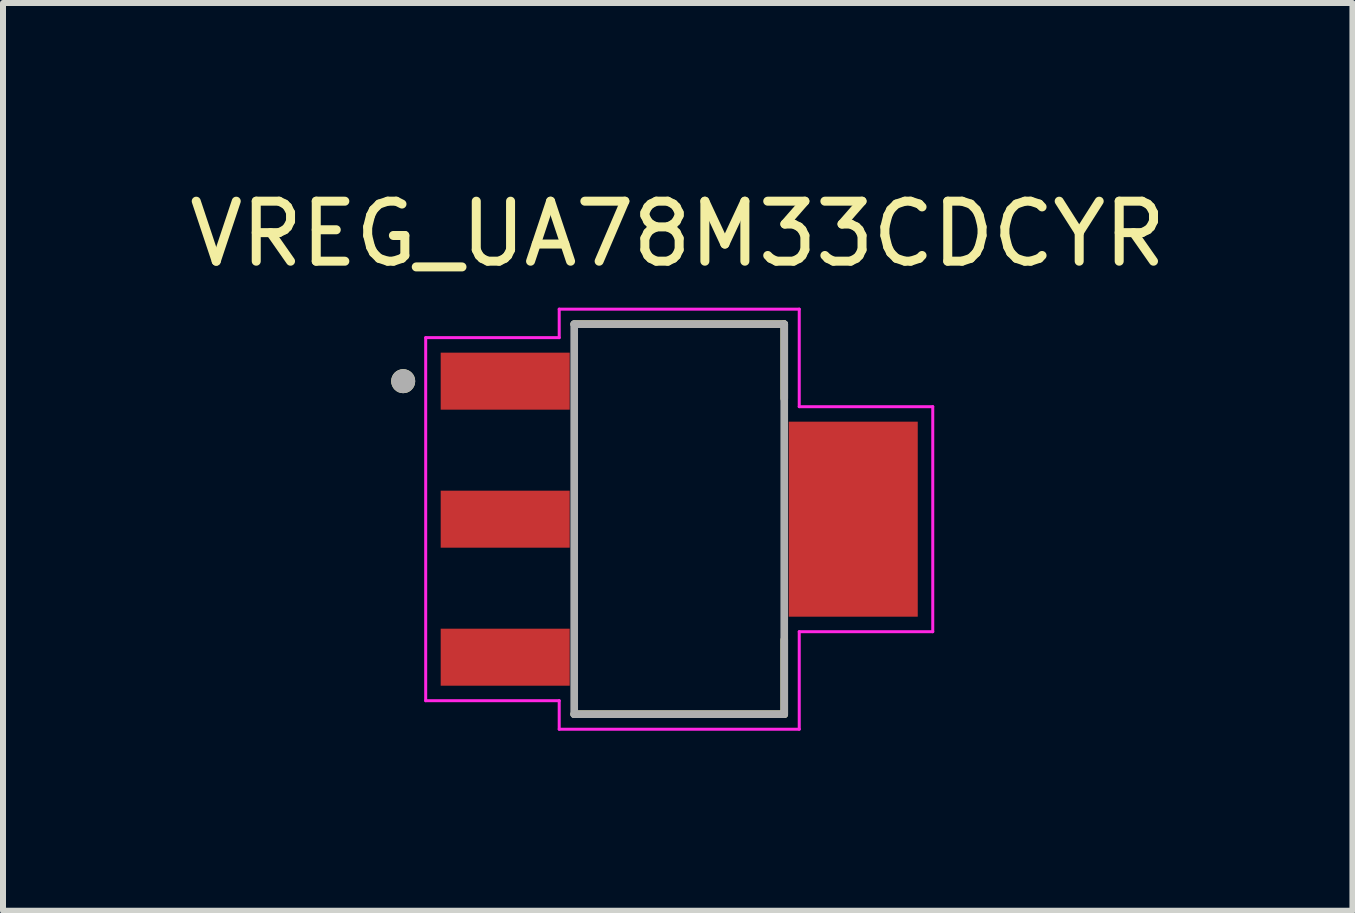
<source format=kicad_pcb>
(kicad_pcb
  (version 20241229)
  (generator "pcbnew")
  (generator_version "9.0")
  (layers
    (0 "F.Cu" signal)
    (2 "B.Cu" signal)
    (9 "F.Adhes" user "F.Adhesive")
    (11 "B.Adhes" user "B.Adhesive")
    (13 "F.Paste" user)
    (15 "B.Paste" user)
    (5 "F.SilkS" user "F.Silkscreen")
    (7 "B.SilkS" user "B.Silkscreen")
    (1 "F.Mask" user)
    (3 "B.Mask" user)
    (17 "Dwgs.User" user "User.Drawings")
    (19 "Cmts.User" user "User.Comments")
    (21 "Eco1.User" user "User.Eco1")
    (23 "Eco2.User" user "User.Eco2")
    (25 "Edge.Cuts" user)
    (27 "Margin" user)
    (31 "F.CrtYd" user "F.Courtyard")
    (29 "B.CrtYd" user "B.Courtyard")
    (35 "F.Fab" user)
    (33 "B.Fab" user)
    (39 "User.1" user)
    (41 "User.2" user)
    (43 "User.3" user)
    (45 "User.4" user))
  (footprint "VREG_UA78M33CDCYR"
    (layer "F.Cu")
    (at 8.269 5.602)
    (property "Reference" "VREG_UA78M33CDCYR" (at -0.025 -4.754 0) (layer "F.SilkS") (effects (font (size 1 1) (thickness 0.15))))
    (attr smd)
    (fp_line (start -1.75 -3.25) (end 1.75 -3.25) (stroke (width 0.127) (type solid)) (layer "F.SilkS"))
    (fp_line (start -1.75 3.25) (end 1.75 3.25) (stroke (width 0.127) (type solid)) (layer "F.SilkS"))
    (fp_line (start 1.75 -3.25) (end 1.75 -2.01) (stroke (width 0.127) (type solid)) (layer "F.SilkS"))
    (fp_line (start 1.75 3.25) (end 1.75 2.01) (stroke (width 0.127) (type solid)) (layer "F.SilkS"))
    (fp_circle (center -4.6 -2.3) (end -4.5 -2.3) (stroke (width 0.2) (type solid)) (fill no) (layer "F.SilkS"))
    (fp_line (start -4.225 -3.025) (end -4.225 3.025) (stroke (width 0.05) (type solid)) (layer "F.CrtYd"))
    (fp_line (start -4.225 3.025) (end -2 3.025) (stroke (width 0.05) (type solid)) (layer "F.CrtYd"))
    (fp_line (start -2 -3.5) (end -2 -3.025) (stroke (width 0.05) (type solid)) (layer "F.CrtYd"))
    (fp_line (start -2 -3.025) (end -4.225 -3.025) (stroke (width 0.05) (type solid)) (layer "F.CrtYd"))
    (fp_line (start -2 3.025) (end -2 3.5) (stroke (width 0.05) (type solid)) (layer "F.CrtYd"))
    (fp_line (start -2 3.5) (end 2 3.5) (stroke (width 0.05) (type solid)) (layer "F.CrtYd"))
    (fp_line (start 2 -3.5) (end -2 -3.5) (stroke (width 0.05) (type solid)) (layer "F.CrtYd"))
    (fp_line (start 2 -1.875) (end 2 -3.5) (stroke (width 0.05) (type solid)) (layer "F.CrtYd"))
    (fp_line (start 2 1.875) (end 4.225 1.875) (stroke (width 0.05) (type solid)) (layer "F.CrtYd"))
    (fp_line (start 2 3.5) (end 2 1.875) (stroke (width 0.05) (type solid)) (layer "F.CrtYd"))
    (fp_line (start 4.225 -1.875) (end 2 -1.875) (stroke (width 0.05) (type solid)) (layer "F.CrtYd"))
    (fp_line (start 4.225 1.875) (end 4.225 -1.875) (stroke (width 0.05) (type solid)) (layer "F.CrtYd"))
    (fp_line (start -1.75 -3.25) (end -1.75 3.25) (stroke (width 0.127) (type solid)) (layer "F.Fab"))
    (fp_line (start 1.75 -3.25) (end -1.75 -3.25) (stroke (width 0.127) (type solid)) (layer "F.Fab"))
    (fp_line (start 1.75 -3.25) (end 1.75 3.25) (stroke (width 0.127) (type solid)) (layer "F.Fab"))
    (fp_line (start 1.75 3.25) (end -1.75 3.25) (stroke (width 0.127) (type solid)) (layer "F.Fab"))
    (fp_circle (center -4.6 -2.3) (end -4.5 -2.3) (stroke (width 0.2) (type solid)) (fill no) (layer "F.Fab"))
    (pad "1" smd rect (at -2.9 -2.3) (size 2.15 0.95) (layers "F.Cu" "F.Mask" "F.Paste"))
    (pad "2" smd rect (at -2.9 0) (size 2.15 0.95) (layers "F.Cu" "F.Mask" "F.Paste"))
    (pad "3" smd rect (at -2.9 2.3) (size 2.15 0.95) (layers "F.Cu" "F.Mask" "F.Paste"))
    (pad "4" smd rect (at 2.9 0) (size 2.15 3.25) (layers "F.Cu" "F.Mask" "F.Paste")))
  (gr_rect
    (start -3 -3)
    (end 19.488 12.127)
    (stroke (width 0.1) (type default))
    (fill no)
    (layer "Edge.Cuts")))
</source>
